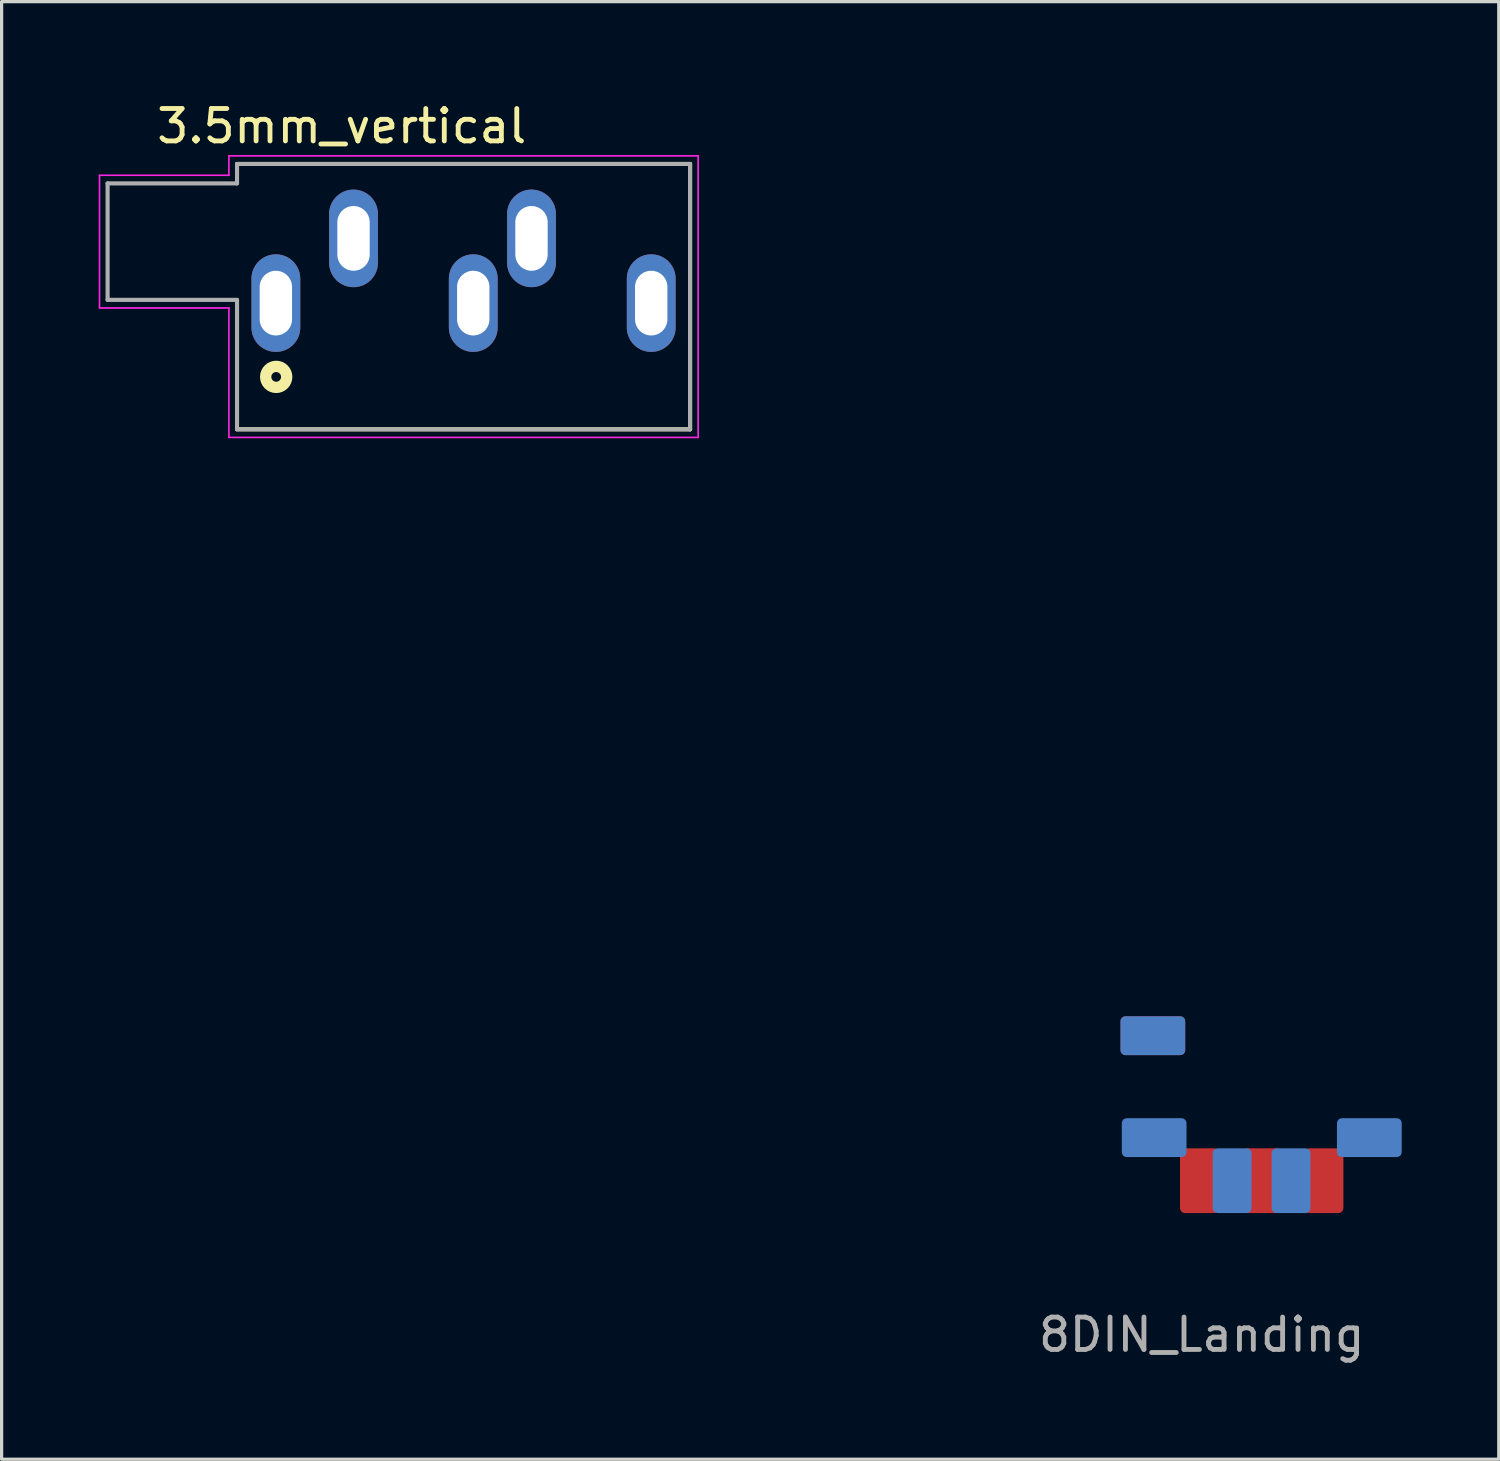
<source format=kicad_pcb>
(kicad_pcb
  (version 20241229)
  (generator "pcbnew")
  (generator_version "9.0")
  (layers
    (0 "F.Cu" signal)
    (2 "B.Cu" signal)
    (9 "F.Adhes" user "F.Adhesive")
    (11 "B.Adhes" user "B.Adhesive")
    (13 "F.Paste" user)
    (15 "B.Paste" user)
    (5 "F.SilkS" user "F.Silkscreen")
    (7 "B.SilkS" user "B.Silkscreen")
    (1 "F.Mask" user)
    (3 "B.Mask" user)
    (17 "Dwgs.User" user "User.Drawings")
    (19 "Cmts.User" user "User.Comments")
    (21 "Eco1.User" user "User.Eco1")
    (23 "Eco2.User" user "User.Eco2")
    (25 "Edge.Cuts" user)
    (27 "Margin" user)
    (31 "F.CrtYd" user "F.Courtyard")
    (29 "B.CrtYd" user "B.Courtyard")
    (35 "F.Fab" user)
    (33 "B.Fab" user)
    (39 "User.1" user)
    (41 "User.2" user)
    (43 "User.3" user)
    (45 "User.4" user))
  (footprint "3.5mm_vertical"
    (layer "F.Cu")
    (at 5.475 6.317)
    (property "Reference" "3.5mm_vertical" (at 2.035 -5.468 0) (layer "F.SilkS") (effects (font (size 1.001 1.001) (thickness 0.15))))
    (attr through_hole)
    (fp_line (start -1.2 -4.3) (end 12.8 -4.3) (stroke (width 0.127) (type solid)) (layer "F.SilkS"))
    (fp_line (start 12.8 -4.3) (end 12.8 3.9) (stroke (width 0.127) (type solid)) (layer "F.SilkS"))
    (fp_line (start 12.8 3.9) (end -1.2 3.9) (stroke (width 0.127) (type solid)) (layer "F.SilkS"))
    (fp_circle (center 0.01 2.28) (end 0.16 2.28) (stroke (width 0.35) (type solid)) (fill no) (layer "F.SilkS"))
    (fp_line (start -5.45 -3.95) (end -1.45 -3.95) (stroke (width 0.05) (type solid)) (layer "F.CrtYd"))
    (fp_line (start -5.45 0.15) (end -5.45 -3.95) (stroke (width 0.05) (type solid)) (layer "F.CrtYd"))
    (fp_line (start -1.45 -4.55) (end 13.05 -4.55) (stroke (width 0.05) (type solid)) (layer "F.CrtYd"))
    (fp_line (start -1.45 -3.95) (end -1.45 -4.55) (stroke (width 0.05) (type solid)) (layer "F.CrtYd"))
    (fp_line (start -1.45 0.15) (end -5.45 0.15) (stroke (width 0.05) (type solid)) (layer "F.CrtYd"))
    (fp_line (start -1.45 4.15) (end -1.45 0.15) (stroke (width 0.05) (type solid)) (layer "F.CrtYd"))
    (fp_line (start 13.05 -4.55) (end 13.05 4.15) (stroke (width 0.05) (type solid)) (layer "F.CrtYd"))
    (fp_line (start 13.05 4.15) (end -1.45 4.15) (stroke (width 0.05) (type solid)) (layer "F.CrtYd"))
    (fp_line (start -5.2 -3.7) (end -1.2 -3.7) (stroke (width 0.127) (type solid)) (layer "F.Fab"))
    (fp_line (start -5.2 -0.1) (end -5.2 -3.7) (stroke (width 0.127) (type solid)) (layer "F.Fab"))
    (fp_line (start -1.2 -4.3) (end 12.8 -4.3) (stroke (width 0.127) (type solid)) (layer "F.Fab"))
    (fp_line (start -1.2 -3.7) (end -1.2 -4.3) (stroke (width 0.127) (type solid)) (layer "F.Fab"))
    (fp_line (start -1.2 -0.1) (end -5.2 -0.1) (stroke (width 0.127) (type solid)) (layer "F.Fab"))
    (fp_line (start -1.2 3.9) (end -1.2 -0.1) (stroke (width 0.127) (type solid)) (layer "F.Fab"))
    (fp_line (start 12.8 -4.3) (end 12.8 3.9) (stroke (width 0.127) (type solid)) (layer "F.Fab"))
    (fp_line (start 12.8 3.9) (end -1.2 3.9) (stroke (width 0.127) (type solid)) (layer "F.Fab"))
    (pad "1" thru_hole oval (at 0 0) (size 1.508 3.016) (drill oval 1 2) (layers "*.Cu" "*.Mask"))
    (pad "2" thru_hole oval (at 2.4 -2) (size 1.508 3.016) (drill oval 1 2) (layers "*.Cu" "*.Mask"))
    (pad "3" thru_hole oval (at 7.9 -2) (size 1.508 3.016) (drill oval 1 2) (layers "*.Cu" "*.Mask"))
    (pad "4" thru_hole oval (at 11.6 0) (size 1.508 3.016) (drill oval 1 2) (layers "*.Cu" "*.Mask"))
    (pad "5" thru_hole oval (at 6.1 0) (size 1.508 3.016) (drill oval 1 2) (layers "*.Cu" "*.Mask")))
  (footprint "8DIN_Landing"
    (layer "F.Cu")
    (at 35.937 32.437)
    (property "Reference" "8DIN_Landing" (at -1.85 5.76 0) (layer "F.Fab") (effects (font (size 1 1) (thickness 0.15))))
    (attr through_hole)
    (fp_poly (pts (xy 3.575 -9.727) (xy 3.264 -9.727) (xy 3.27 -7.631) (xy 3.276 -5.535) (xy 3.466 -5.54) (xy 3.561 -5.54) (xy 3.645 -5.537) (xy 3.705 -5.532) (xy 3.715 -5.53) (xy 3.774 -5.515) (xy 3.774 1.6) (xy 2.794 2.58) (xy 1.814 3.56) (xy -35.932 3.56) (xy -35.932 -1.468) (xy -34.369 -1.468) (xy -34.363 -1.406) (xy -34.349 -1.332) (xy -34.348 -1.326) (xy -34.332 -1.242) (xy -34.32 -1.171) (xy -34.315 -1.127) (xy -34.315 -1.125) (xy -34.304 -1.09) (xy -34.276 -1.027) (xy -34.235 -0.946) (xy -34.187 -0.857) (xy -34.138 -0.769) (xy -34.092 -0.692) (xy -34.055 -0.637) (xy -34.036 -0.615) (xy -34.007 -0.591) (xy -33.954 -0.547) (xy -33.886 -0.491) (xy -33.852 -0.463) (xy -33.724 -0.368) (xy -33.59 -0.296) (xy -33.502 -0.26) (xy -33.411 -0.227) (xy -33.338 -0.205) (xy -33.267 -0.193) (xy -33.183 -0.187) (xy -33.071 -0.185) (xy -33.053 -0.185) (xy -32.938 -0.185) (xy -32.853 -0.189) (xy -32.783 -0.199) (xy -32.713 -0.218) (xy -32.628 -0.248) (xy -32.592 -0.261) (xy -32.379 -0.359) (xy -32.2 -0.483) (xy -32.047 -0.636) (xy -31.916 -0.825) (xy -31.915 -0.827) (xy -31.856 -0.931) (xy -31.816 -1.014) (xy -31.788 -1.094) (xy -31.765 -1.188) (xy -31.747 -1.279) (xy -31.731 -1.377) (xy -31.718 -1.458) (xy -31.712 -1.513) (xy -31.712 -1.532) (xy -31.719 -1.558) (xy -31.731 -1.618) (xy -31.746 -1.7) (xy -31.755 -1.746) (xy -31.775 -1.849) (xy -31.8 -1.934) (xy -31.835 -2.017) (xy -31.888 -2.115) (xy -31.911 -2.155) (xy -32.042 -2.348) (xy -32.193 -2.504) (xy -32.37 -2.628) (xy -32.579 -2.727) (xy -32.599 -2.735) (xy -32.707 -2.773) (xy -32.79 -2.798) (xy -32.866 -2.811) (xy -32.952 -2.817) (xy -33.032 -2.818) (xy -33.159 -2.815) (xy -33.26 -2.803) (xy -33.356 -2.78) (xy -33.398 -2.766) (xy -33.514 -2.724) (xy -33.618 -2.684) (xy -33.702 -2.647) (xy -33.76 -2.618) (xy -33.783 -2.599) (xy -33.784 -2.598) (xy -33.8 -2.578) (xy -33.842 -2.538) (xy -33.903 -2.485) (xy -33.925 -2.468) (xy -34.009 -2.393) (xy -34.079 -2.311) (xy -34.148 -2.209) (xy -34.181 -2.154) (xy -34.238 -2.051) (xy -34.277 -1.965) (xy -34.305 -1.878) (xy -34.329 -1.773) (xy -34.339 -1.719) (xy -34.357 -1.61) (xy -34.368 -1.531) (xy -34.369 -1.468) (xy -35.932 -1.468) (xy -35.932 -4.213) (xy -27.251 -4.213) (xy -27.251 -1.504) (xy -27.251 -1.161) (xy -27.25 -0.831) (xy -27.25 -0.516) (xy -27.249 -0.218) (xy -27.248 0.059) (xy -27.247 0.314) (xy -27.246 0.542) (xy -27.245 0.742) (xy -27.243 0.911) (xy -27.241 1.045) (xy -27.24 1.143) (xy -27.238 1.202) (xy -27.236 1.219) (xy -27.213 1.221) (xy -27.148 1.222) (xy -27.041 1.223) (xy -26.896 1.224) (xy -26.714 1.225) (xy -26.497 1.226) (xy -26.247 1.227) (xy -25.965 1.227) (xy -25.653 1.228) (xy -25.313 1.228) (xy -24.948 1.229) (xy -24.558 1.229) (xy -24.146 1.229) (xy -23.713 1.229) (xy -23.261 1.23) (xy -22.793 1.229) (xy -22.31 1.229) (xy -21.813 1.229) (xy -21.34 1.229) (xy -15.459 1.223) (xy -15.456 0.04) (xy -2.272 0.04) (xy -2.253 0.119) (xy -2.203 0.202) (xy -2.131 0.275) (xy -2.05 0.325) (xy -1.96 0.342) (xy -1.855 0.331) (xy -1.754 0.293) (xy -1.719 0.272) (xy -1.658 0.214) (xy -1.605 0.138) (xy -1.57 0.06) (xy -1.567 0.041) (xy -1.319 0.041) (xy -1.311 0.076) (xy -1.287 0.125) (xy -1.275 0.149) (xy -1.204 0.244) (xy -1.107 0.31) (xy -0.994 0.341) (xy -0.936 0.342) (xy -0.857 0.327) (xy -0.788 0.3) (xy -0.77 0.289) (xy -0.705 0.228) (xy -0.651 0.154) (xy -0.617 0.083) (xy -0.611 0.046) (xy -0.611 0.04) (xy -0.345 0.04) (xy -0.326 0.119) (xy -0.276 0.201) (xy -0.206 0.274) (xy -0.125 0.323) (xy -0.124 0.324) (xy -0.009 0.346) (xy 0.114 0.325) (xy 0.119 0.324) (xy 0.187 0.29) (xy 0.243 0.249) (xy 0.285 0.198) (xy 0.325 0.13) (xy 0.354 0.061) (xy 0.358 0.041) (xy 0.608 0.041) (xy 0.616 0.076) (xy 0.639 0.125) (xy 0.651 0.149) (xy 0.711 0.228) (xy 0.797 0.295) (xy 0.892 0.337) (xy 0.96 0.348) (xy 1.027 0.338) (xy 1.106 0.314) (xy 1.132 0.302) (xy 1.213 0.245) (xy 1.276 0.165) (xy 1.311 0.078) (xy 1.316 0.04) (xy 1.581 0.04) (xy 1.6 0.119) (xy 1.651 0.202) (xy 1.722 0.275) (xy 1.803 0.325) (xy 1.893 0.342) (xy 1.998 0.331) (xy 2.099 0.293) (xy 2.134 0.272) (xy 2.195 0.214) (xy 2.248 0.138) (xy 2.283 0.06) (xy 2.29 0.016) (xy 2.269 0.008) (xy 2.207 0.001) (xy 2.111 -0.004) (xy 1.983 -0.006) (xy 1.936 -0.006) (xy 1.803 -0.006) (xy 1.709 -0.004) (xy 1.646 -0.001) (xy 1.608 0.005) (xy 1.589 0.014) (xy 1.582 0.027) (xy 1.581 0.04) (xy 1.316 0.04) (xy 1.316 0.039) (xy 1.314 0.023) (xy 1.304 0.01) (xy 1.28 0.002) (xy 1.234 -0.002) (xy 1.162 -0.005) (xy 1.056 -0.006) (xy 0.961 -0.006) (xy 0.822 -0.006) (xy 0.721 -0.003) (xy 0.655 0.004) (xy 0.619 0.018) (xy 0.608 0.041) (xy 0.358 0.041) (xy 0.364 0.017) (xy 0.342 0.008) (xy 0.278 0.000474) (xy 0.173 -0.004) (xy 0.03 -0.006) (xy 0.009 -0.006) (xy -0.123 -0.006) (xy -0.218 -0.004) (xy -0.281 -0.001) (xy -0.319 0.005) (xy -0.338 0.014) (xy -0.344 0.027) (xy -0.345 0.04) (xy -0.611 0.04) (xy -0.611 -0.006) (xy -0.965 -0.006) (xy -1.105 -0.006) (xy -1.205 -0.003) (xy -1.271 0.004) (xy -1.307 0.018) (xy -1.319 0.041) (xy -1.567 0.041) (xy -1.563 0.016) (xy -1.584 0.008) (xy -1.646 0.001) (xy -1.743 -0.004) (xy -1.87 -0.006) (xy -1.917 -0.006) (xy -2.05 -0.006) (xy -2.144 -0.004) (xy -2.207 -0.001) (xy -2.245 0.005) (xy -2.264 0.014) (xy -2.271 0.027) (xy -2.272 0.04) (xy -15.456 0.04) (xy -15.453 -1.484) (xy -9.346 -1.484) (xy -9.345 -1.465) (xy -9.338 -1.438) (xy -9.327 -1.379) (xy -9.312 -1.296) (xy -9.304 -1.25) (xy -9.286 -1.15) (xy -9.264 -1.069) (xy -9.232 -0.992) (xy -9.185 -0.902) (xy -9.149 -0.839) (xy -9.007 -0.637) (xy -8.842 -0.471) (xy -8.651 -0.341) (xy -8.479 -0.262) (xy -8.389 -0.229) (xy -8.316 -0.207) (xy -8.245 -0.194) (xy -8.162 -0.188) (xy -8.052 -0.185) (xy -8.026 -0.185) (xy -7.911 -0.185) (xy -7.826 -0.188) (xy -7.757 -0.198) (xy -7.69 -0.215) (xy -7.609 -0.244) (xy -7.563 -0.261) (xy -7.421 -0.324) (xy -7.288 -0.401) (xy -7.152 -0.503) (xy -7.042 -0.598) (xy -7.007 -0.638) (xy -6.959 -0.707) (xy -6.905 -0.791) (xy -6.875 -0.84) (xy -6.818 -0.945) (xy -6.779 -1.034) (xy -6.75 -1.127) (xy -6.725 -1.243) (xy -6.722 -1.26) (xy -6.705 -1.356) (xy -6.705 -1.36) (xy -3.6 -1.36) (xy -3.591 -1.264) (xy -3.564 -1.188) (xy -3.562 -1.184) (xy -3.505 -1.114) (xy -3.434 -1.053) (xy -3.365 -1.013) (xy -3.329 -1.004) (xy -3.324 -1.024) (xy -3.319 -1.082) (xy -3.315 -1.168) (xy -3.313 -1.278) (xy -3.312 -1.358) (xy -3.312 -1.714) (xy -3.362 -1.698) (xy -3.44 -1.658) (xy -3.517 -1.592) (xy -3.565 -1.53) (xy -3.591 -1.455) (xy -3.6 -1.36) (xy -6.705 -1.36) (xy -6.695 -1.434) (xy -6.693 -1.504) (xy -6.698 -1.578) (xy -6.711 -1.669) (xy -6.733 -1.787) (xy -6.743 -1.84) (xy -6.77 -1.925) (xy -6.817 -2.034) (xy -6.881 -2.153) (xy -6.886 -2.161) (xy -7.02 -2.355) (xy -7.175 -2.511) (xy -7.357 -2.636) (xy -7.571 -2.734) (xy -7.577 -2.736) (xy -7.686 -2.775) (xy -7.77 -2.799) (xy -7.847 -2.812) (xy -7.933 -2.817) (xy -8.012 -2.818) (xy -8.118 -2.816) (xy -8.203 -2.808) (xy -8.283 -2.792) (xy -8.377 -2.762) (xy -8.44 -2.74) (xy -8.56 -2.694) (xy -8.652 -2.653) (xy -8.727 -2.609) (xy -8.8 -2.555) (xy -8.838 -2.524) (xy -8.935 -2.439) (xy -9.007 -2.367) (xy -9.066 -2.293) (xy -9.125 -2.203) (xy -9.156 -2.148) (xy -9.211 -2.048) (xy -9.249 -1.962) (xy -9.277 -1.874) (xy -9.301 -1.766) (xy -9.311 -1.717) (xy -9.327 -1.619) (xy -9.34 -1.538) (xy -9.346 -1.484) (xy -15.453 -1.484) (xy -15.453 -1.495) (xy -15.448 -4.213) (xy -27.251 -4.213) (xy -35.932 -4.213) (xy -35.932 -8.886) (xy -32.743 -8.886) (xy -32.743 -7.002) (xy -31.957 -7.015) (xy -31.951 -7.9) (xy -31.949 -8.096) (xy -31.949 -8.279) (xy -31.949 -8.445) (xy -31.95 -8.588) (xy -31.951 -8.703) (xy -31.953 -8.786) (xy -31.956 -8.831) (xy -31.956 -8.836) (xy -31.962 -8.854) (xy -31.973 -8.867) (xy -31.996 -8.876) (xy -32.037 -8.881) (xy -32.102 -8.884) (xy -32.197 -8.886) (xy -32.33 -8.886) (xy -32.356 -8.886) (xy -27.229 -8.886) (xy -27.229 -7.004) (xy -26.454 -7.004) (xy -26.454 -8.886) (xy -27.229 -8.886) (xy -32.356 -8.886) (xy -32.743 -8.886) (xy -35.932 -8.886) (xy -35.932 -9.588) (xy -35.131 -9.588) (xy -35.131 -9.422) (xy -35.13 -9.278) (xy -35.129 -9.162) (xy -35.128 -9.079) (xy -35.126 -9.033) (xy -35.125 -9.025) (xy -35.105 -9.014) (xy -35.054 -9.007) (xy -34.967 -9.002) (xy -34.841 -8.999) (xy -34.769 -8.999) (xy -34.648 -9) (xy -34.541 -9.002) (xy -34.457 -9.005) (xy -34.404 -9.009) (xy -34.391 -9.011) (xy -34.383 -9.02) (xy -34.377 -9.041) (xy -34.371 -9.079) (xy -34.367 -9.138) (xy -34.364 -9.221) (xy -34.362 -9.332) (xy -34.361 -9.474) (xy -34.36 -9.653) (xy -34.36 -9.682) (xy -29.027 -9.682) (xy -29.027 -9.492) (xy -29.026 -9.309) (xy -29.024 -9.139) (xy -29.024 -9.114) (xy -29.017 -9.049) (xy -28.997 -9.017) (xy -28.984 -9.011) (xy -28.949 -9.008) (xy -28.878 -9.005) (xy -28.781 -9.004) (xy -28.666 -9.004) (xy -28.602 -9.004) (xy -28.259 -9.008) (xy -28.259 -9.948) (xy -23.531 -9.948) (xy -23.53 -9.711) (xy -23.529 -9.514) (xy -23.528 -9.355) (xy -23.525 -9.231) (xy -23.522 -9.138) (xy -23.518 -9.073) (xy -23.512 -9.033) (xy -23.505 -9.014) (xy -23.503 -9.012) (xy -23.467 -9.007) (xy -23.396 -9.003) (xy -23.301 -9) (xy -23.193 -8.999) (xy -23.081 -8.999) (xy -22.976 -9) (xy -22.887 -9.003) (xy -22.825 -9.007) (xy -22.81 -9.009) (xy -22.733 -9.024) (xy -22.733 -10.873) (xy -22.803 -10.887) (xy -22.853 -10.893) (xy -22.934 -10.897) (xy -23.035 -10.9) (xy -23.147 -10.901) (xy -23.258 -10.9) (xy -23.358 -10.898) (xy -23.438 -10.895) (xy -23.488 -10.89) (xy -23.496 -10.888) (xy -23.504 -10.88) (xy -23.511 -10.864) (xy -23.517 -10.834) (xy -23.522 -10.786) (xy -23.525 -10.717) (xy -23.527 -10.624) (xy -23.529 -10.5) (xy -23.53 -10.344) (xy -23.531 -10.151) (xy -23.531 -9.948) (xy -28.259 -9.948) (xy -28.259 -10.89) (xy -28.622 -10.896) (xy -28.748 -10.897) (xy -28.856 -10.895) (xy -28.941 -10.892) (xy -28.993 -10.886) (xy -29.006 -10.882) (xy -29.01 -10.856) (xy -29.014 -10.792) (xy -29.017 -10.694) (xy -29.02 -10.567) (xy -29.023 -10.416) (xy -29.025 -10.247) (xy -29.026 -10.065) (xy -29.027 -9.875) (xy -29.027 -9.682) (xy -34.36 -9.682) (xy -34.359 -9.87) (xy -34.359 -9.951) (xy -34.359 -10.878) (xy -34.412 -10.891) (xy -34.452 -10.895) (xy -34.528 -10.898) (xy -34.628 -10.899) (xy -34.745 -10.898) (xy -34.794 -10.897) (xy -35.123 -10.89) (xy -35.129 -9.971) (xy -35.13 -9.773) (xy -35.131 -9.588) (xy -35.932 -9.588) (xy -35.932 -13.957) (xy -4.995 -13.957) (xy -4.995 -3.527) (xy -3.8 -3.527) (xy -3.8 -4.523) (xy -3.799 -4.77) (xy -3.799 -4.975) (xy -3.797 -5.142) (xy -3.795 -5.274) (xy -3.792 -5.374) (xy -3.788 -5.446) (xy -3.783 -5.493) (xy -3.777 -5.517) (xy -3.772 -5.523) (xy -3.693 -5.528) (xy -3.573 -5.534) (xy -3.44 -5.538) (xy -3.268 -5.542) (xy -3.268 -9.727) (xy -3.551 -9.727) (xy -3.563 -9.821) (xy -3.564 -9.854) (xy -3.565 -9.928) (xy -3.566 -10.042) (xy -3.567 -10.191) (xy -3.568 -10.375) (xy -3.569 -10.59) (xy -3.57 -10.834) (xy -3.571 -11.103) (xy -3.571 -11.397) (xy -3.572 -11.711) (xy -3.572 -12.044) (xy -3.573 -12.393) (xy -3.573 -12.754) (xy -3.573 -13.127) (xy -3.574 -13.508) (xy -3.574 -13.894) (xy -3.574 -14.283) (xy -3.574 -14.672) (xy -3.574 -15.06) (xy -3.574 -15.442) (xy -3.573 -15.817) (xy -3.573 -16.183) (xy -3.573 -16.535) (xy -3.572 -16.873) (xy -3.572 -17.193) (xy -3.571 -17.492) (xy -3.57 -17.769) (xy -3.569 -18.021) (xy -3.569 -18.244) (xy -3.568 -18.437) (xy -3.567 -18.597) (xy -3.566 -18.721) (xy -3.564 -18.806) (xy -3.563 -18.851) (xy -3.563 -18.856) (xy -3.551 -18.94) (xy 3.575 -18.94) (xy 3.575 -9.727)) (stroke (width 0.01) (type solid)) (fill no) (layer "Eco2.User"))
    (pad "1" smd roundrect (at 0.91 1 180) (size 1.2 2) (layers "B.Cu" "B.Mask") (roundrect_rratio 0.125))
    (pad "2" smd roundrect (at -0.91 1 180) (size 1.2 2) (layers "B.Cu" "B.Mask") (roundrect_rratio 0.125))
    (pad "3" smd roundrect (at 3.33 -0.33 270) (size 1.2 2) (layers "B.Cu" "B.Mask") (roundrect_rratio 0.125))
    (pad "4" smd roundrect (at -3.36 -3.48 270) (size 1.2 2) (layers "F.Cu" "F.Mask") (roundrect_rratio 0.125))
    (pad "4" smd roundrect (at -3.36 -3.48 270) (size 1.2 2) (layers "B.Cu" "B.Mask") (roundrect_rratio 0.125))
    (pad "5" smd roundrect (at -3.32 -0.33 270) (size 1.2 2) (layers "B.Cu" "B.Mask") (roundrect_rratio 0.125))
    (pad "6" smd roundrect (at 1.928 1 180) (size 1.2 2) (layers "F.Cu" "F.Mask") (roundrect_rratio 0.125))
    (pad "7" smd roundrect (at 0.004 1 180) (size 1.2 2) (layers "F.Cu" "F.Mask") (roundrect_rratio 0.125))
    (pad "8" smd roundrect (at -1.92 1 180) (size 1.2 2) (layers "F.Cu" "F.Mask") (roundrect_rratio 0.125)))
  (gr_rect
    (start -3 -3)
    (end 43.267 42.045)
    (stroke (width 0.1) (type default))
    (fill no)
    (layer "Edge.Cuts")))
</source>
